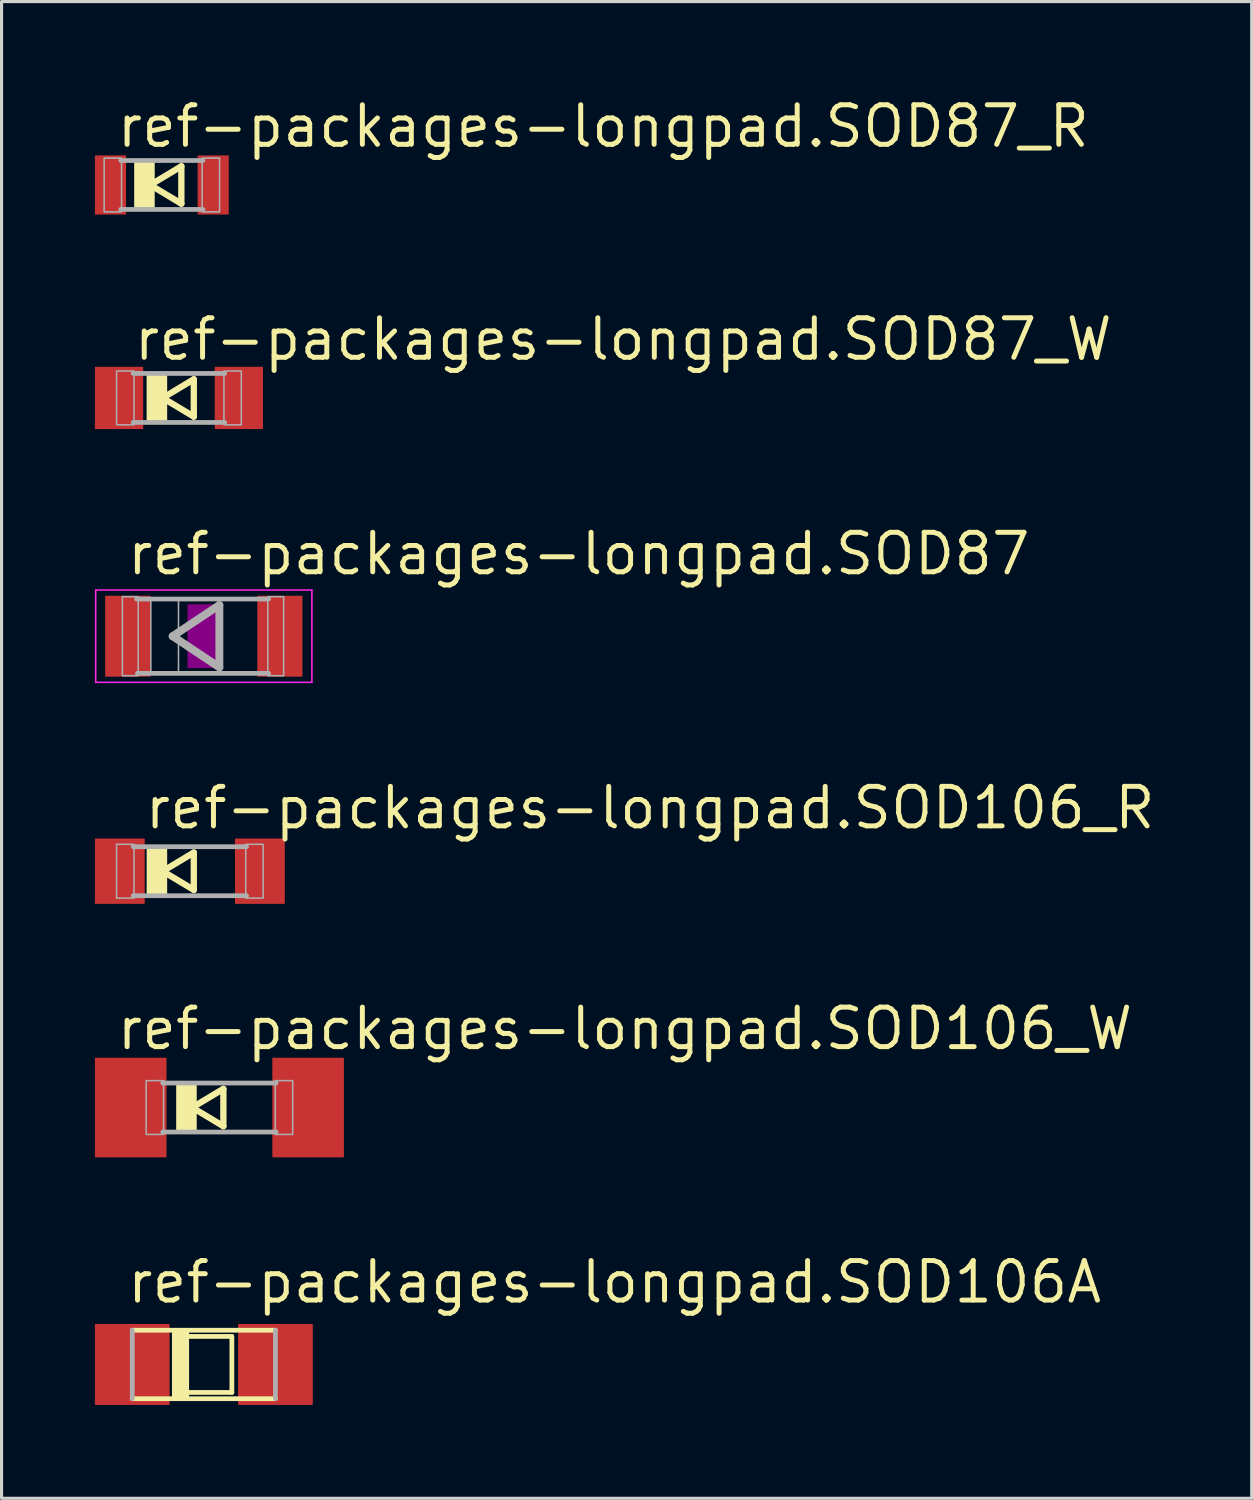
<source format=kicad_pcb>
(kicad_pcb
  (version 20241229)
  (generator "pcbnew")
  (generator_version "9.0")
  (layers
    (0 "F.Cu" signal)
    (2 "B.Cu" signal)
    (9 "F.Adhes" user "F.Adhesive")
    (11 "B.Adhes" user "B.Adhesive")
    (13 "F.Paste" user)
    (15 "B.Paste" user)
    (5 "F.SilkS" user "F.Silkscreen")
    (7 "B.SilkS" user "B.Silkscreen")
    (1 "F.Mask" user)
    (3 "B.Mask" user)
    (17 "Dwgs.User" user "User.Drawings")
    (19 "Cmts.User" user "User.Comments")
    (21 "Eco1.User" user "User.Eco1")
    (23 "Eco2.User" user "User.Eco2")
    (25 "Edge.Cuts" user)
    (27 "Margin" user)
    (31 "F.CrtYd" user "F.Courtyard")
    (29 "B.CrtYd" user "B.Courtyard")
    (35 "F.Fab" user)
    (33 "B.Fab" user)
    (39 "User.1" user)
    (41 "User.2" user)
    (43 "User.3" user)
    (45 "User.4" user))
  (footprint "ref-packages-longpad.SOD106_W"
    (layer "F.Cu")
    (at 4 32.535)
    (property "Reference" "ref-packages-longpad.SOD106_W" (at -3.374 -1.793 0) (layer "F.SilkS") (effects (font (size 1.27 1.27) (thickness 0.16)) (justify left bottom)))
    (attr smd)
    (fp_line (start -0.873 0) (end 0.127 0.6) (stroke (width 0.203) (type default)) (layer "F.SilkS"))
    (fp_line (start 0.127 -0.6) (end -0.873 0) (stroke (width 0.203) (type default)) (layer "F.SilkS"))
    (fp_line (start 0.127 0.6) (end 0.127 -0.6) (stroke (width 0.203) (type default)) (layer "F.SilkS"))
    (fp_rect (start -1.364 0.787) (end -0.754 -0.787) (stroke (width 0.05) (type default)) (fill yes) (layer "F.SilkS"))
    (fp_line (start 1.821 -0.787) (end -1.821 -0.787) (stroke (width 0.152) (type default)) (layer "F.Fab"))
    (fp_line (start 1.821 0.787) (end -1.821 0.787) (stroke (width 0.152) (type default)) (layer "F.Fab"))
    (fp_rect (start -2.354 0.864) (end -1.795 -0.864) (stroke (width 0.05) (type default)) (fill no) (layer "F.Fab"))
    (fp_rect (start 1.795 0.864) (end 2.354 -0.864) (stroke (width 0.05) (type default)) (fill no) (layer "F.Fab"))
    (pad "A" smd roundrect (at 2.85 0) (size 2.3 3.2) (layers "F.Cu" "F.Mask" "F.Paste") (roundrect_rratio 0.01))
    (pad "C" smd roundrect (at -2.85 0) (size 2.3 3.2) (layers "F.Cu" "F.Mask" "F.Paste") (roundrect_rratio 0.01)))
  (footprint "ref-packages-longpad.SOD87"
    (layer "F.Cu")
    (at 3.498 17.391)
    (property "Reference" "ref-packages-longpad.SOD87" (at -2.54 -1.905 0) (layer "F.SilkS") (effects (font (size 1.27 1.27) (thickness 0.16)) (justify left bottom)))
    (attr smd)
    (fp_rect (start -0.5 1) (end 0.5 -1) (stroke (width 0.05) (type default)) (fill yes) (layer "F.Adhes"))
    (fp_line (start -3.473 -1.483) (end 3.473 -1.483) (stroke (width 0.051) (type default)) (layer "F.CrtYd"))
    (fp_line (start -3.473 1.483) (end -3.473 -1.483) (stroke (width 0.051) (type default)) (layer "F.CrtYd"))
    (fp_line (start 3.473 -1.483) (end 3.473 1.483) (stroke (width 0.051) (type default)) (layer "F.CrtYd"))
    (fp_line (start 3.473 1.483) (end -3.473 1.483) (stroke (width 0.051) (type default)) (layer "F.CrtYd"))
    (fp_line (start -1 0) (end 0.5 -1) (stroke (width 0.254) (type default)) (layer "F.Fab"))
    (fp_line (start 0.5 -1) (end 0.5 1) (stroke (width 0.254) (type default)) (layer "F.Fab"))
    (fp_line (start 0.5 1) (end -1 0) (stroke (width 0.254) (type default)) (layer "F.Fab"))
    (fp_line (start 2.083 -1.194) (end -2.159 -1.194) (stroke (width 0.152) (type default)) (layer "F.Fab"))
    (fp_line (start 2.083 1.194) (end -2.134 1.194) (stroke (width 0.152) (type default)) (layer "F.Fab"))
    (fp_rect (start -2.616 1.27) (end -2.108 -1.27) (stroke (width 0.05) (type default)) (fill no) (layer "F.Fab"))
    (fp_rect (start -1.702 1.194) (end -0.813 -1.194) (stroke (width 0.05) (type default)) (fill no) (layer "F.Fab"))
    (fp_rect (start 2.057 1.27) (end 2.565 -1.27) (stroke (width 0.05) (type default)) (fill no) (layer "F.Fab"))
    (pad "1" smd roundrect (at -2.445 0) (size 1.45 2.6) (layers "F.Cu" "F.Mask" "F.Paste") (roundrect_rratio 0.01))
    (pad "2" smd roundrect (at 2.445 0) (size 1.45 2.6) (layers "F.Cu" "F.Mask" "F.Paste") (roundrect_rratio 0.01)))
  (footprint "ref-packages-longpad.SOD106A"
    (layer "F.Cu")
    (at 3.5 40.79)
    (property "Reference" "ref-packages-longpad.SOD106A" (at -2.54 -1.905 0) (layer "F.SilkS") (effects (font (size 1.27 1.27) (thickness 0.16)) (justify left bottom)))
    (attr smd)
    (fp_line (start -2.3 -1.1) (end 2.3 -1.1) (stroke (width 0.152) (type default)) (layer "F.SilkS"))
    (fp_line (start -2.3 1.1) (end 2.3 1.1) (stroke (width 0.152) (type default)) (layer "F.SilkS"))
    (fp_line (start -0.9 -0.9) (end 0.9 -0.9) (stroke (width 0.152) (type default)) (layer "F.SilkS"))
    (fp_line (start -0.9 0.9) (end -0.9 -0.9) (stroke (width 0.152) (type default)) (layer "F.SilkS"))
    (fp_line (start 0.9 -0.9) (end 0.9 0.9) (stroke (width 0.152) (type default)) (layer "F.SilkS"))
    (fp_line (start 0.9 0.9) (end -0.9 0.9) (stroke (width 0.152) (type default)) (layer "F.SilkS"))
    (fp_rect (start -1 1.1) (end -0.5 -1.1) (stroke (width 0.05) (type default)) (fill yes) (layer "F.SilkS"))
    (fp_line (start -2.3 1.1) (end -2.3 -1.1) (stroke (width 0.152) (type default)) (layer "F.Fab"))
    (fp_line (start 2.3 1.1) (end 2.3 -1.1) (stroke (width 0.152) (type default)) (layer "F.Fab"))
    (pad "A" smd roundrect (at 2.3 0) (size 2.4 2.6) (layers "F.Cu" "F.Mask" "F.Paste") (roundrect_rratio 0.01))
    (pad "K" smd roundrect (at -2.3 0) (size 2.4 2.6) (layers "F.Cu" "F.Mask" "F.Paste") (roundrect_rratio 0.01)))
  (footprint "ref-packages-longpad.SOD87_W"
    (layer "F.Cu")
    (at 2.7 9.736)
    (property "Reference" "ref-packages-longpad.SOD87_W" (at -1.524 -1.143 0) (layer "F.SilkS") (effects (font (size 1.27 1.27) (thickness 0.16)) (justify left bottom)))
    (attr smd)
    (fp_line (start -0.523 0) (end 0.477 0.6) (stroke (width 0.203) (type default)) (layer "F.SilkS"))
    (fp_line (start 0.477 -0.6) (end -0.523 0) (stroke (width 0.203) (type default)) (layer "F.SilkS"))
    (fp_line (start 0.477 0.6) (end 0.477 -0.6) (stroke (width 0.203) (type default)) (layer "F.SilkS"))
    (fp_rect (start -1.014 0.787) (end -0.404 -0.787) (stroke (width 0.05) (type default)) (fill yes) (layer "F.SilkS"))
    (fp_line (start 1.471 -0.787) (end -1.471 -0.787) (stroke (width 0.152) (type default)) (layer "F.Fab"))
    (fp_line (start 1.471 0.787) (end -1.471 0.787) (stroke (width 0.152) (type default)) (layer "F.Fab"))
    (fp_rect (start -2.004 0.864) (end -1.445 -0.864) (stroke (width 0.05) (type default)) (fill no) (layer "F.Fab"))
    (fp_rect (start 1.445 0.864) (end 2.004 -0.864) (stroke (width 0.05) (type default)) (fill no) (layer "F.Fab"))
    (pad "A" smd roundrect (at 1.925 0) (size 1.55 2) (layers "F.Cu" "F.Mask" "F.Paste") (roundrect_rratio 0.01))
    (pad "C" smd roundrect (at -1.925 0) (size 1.55 2) (layers "F.Cu" "F.Mask" "F.Paste") (roundrect_rratio 0.01)))
  (footprint "ref-packages-longpad.SOD106_R"
    (layer "F.Cu")
    (at 3.05 24.942)
    (property "Reference" "ref-packages-longpad.SOD106_R" (at -1.524 -1.293 0) (layer "F.SilkS") (effects (font (size 1.27 1.27) (thickness 0.16)) (justify left bottom)))
    (attr smd)
    (fp_line (start -0.873 0) (end 0.127 0.6) (stroke (width 0.203) (type default)) (layer "F.SilkS"))
    (fp_line (start 0.127 -0.6) (end -0.873 0) (stroke (width 0.203) (type default)) (layer "F.SilkS"))
    (fp_line (start 0.127 0.6) (end 0.127 -0.6) (stroke (width 0.203) (type default)) (layer "F.SilkS"))
    (fp_rect (start -1.364 0.787) (end -0.754 -0.787) (stroke (width 0.05) (type default)) (fill yes) (layer "F.SilkS"))
    (fp_line (start 1.821 -0.787) (end -1.821 -0.787) (stroke (width 0.152) (type default)) (layer "F.Fab"))
    (fp_line (start 1.821 0.787) (end -1.821 0.787) (stroke (width 0.152) (type default)) (layer "F.Fab"))
    (fp_rect (start -2.354 0.864) (end -1.795 -0.864) (stroke (width 0.05) (type default)) (fill no) (layer "F.Fab"))
    (fp_rect (start 1.795 0.864) (end 2.354 -0.864) (stroke (width 0.05) (type default)) (fill no) (layer "F.Fab"))
    (pad "A" smd roundrect (at 2.25 0) (size 1.6 2.1) (layers "F.Cu" "F.Mask" "F.Paste") (roundrect_rratio 0.01))
    (pad "C" smd roundrect (at -2.25 0) (size 1.6 2.1) (layers "F.Cu" "F.Mask" "F.Paste") (roundrect_rratio 0.01)))
  (footprint "ref-packages-longpad.SOD87_R"
    (layer "F.Cu")
    (at 2.15 2.893)
    (property "Reference" "ref-packages-longpad.SOD87_R" (at -1.524 -1.143 0) (layer "F.SilkS") (effects (font (size 1.27 1.27) (thickness 0.16)) (justify left bottom)))
    (attr smd)
    (fp_line (start -0.373 0) (end 0.627 0.6) (stroke (width 0.203) (type default)) (layer "F.SilkS"))
    (fp_line (start 0.627 -0.6) (end -0.373 0) (stroke (width 0.203) (type default)) (layer "F.SilkS"))
    (fp_line (start 0.627 0.6) (end 0.627 -0.6) (stroke (width 0.203) (type default)) (layer "F.SilkS"))
    (fp_rect (start -0.864 0.787) (end -0.254 -0.787) (stroke (width 0.05) (type default)) (fill yes) (layer "F.SilkS"))
    (fp_line (start 1.321 -0.787) (end -1.321 -0.787) (stroke (width 0.152) (type default)) (layer "F.Fab"))
    (fp_line (start 1.321 0.787) (end -1.321 0.787) (stroke (width 0.152) (type default)) (layer "F.Fab"))
    (fp_rect (start -1.854 0.864) (end -1.295 -0.864) (stroke (width 0.05) (type default)) (fill no) (layer "F.Fab"))
    (fp_rect (start 1.295 0.864) (end 1.854 -0.864) (stroke (width 0.05) (type default)) (fill no) (layer "F.Fab"))
    (pad "A" smd roundrect (at 1.65 0) (size 1 1.9) (layers "F.Cu" "F.Mask" "F.Paste") (roundrect_rratio 0.01))
    (pad "C" smd roundrect (at -1.65 0) (size 1 1.9) (layers "F.Cu" "F.Mask" "F.Paste") (roundrect_rratio 0.01)))
  (gr_rect
    (start -3 -3)
    (end 37.167 45.09)
    (stroke (width 0.1) (type default))
    (fill no)
    (layer "Edge.Cuts")))
</source>
